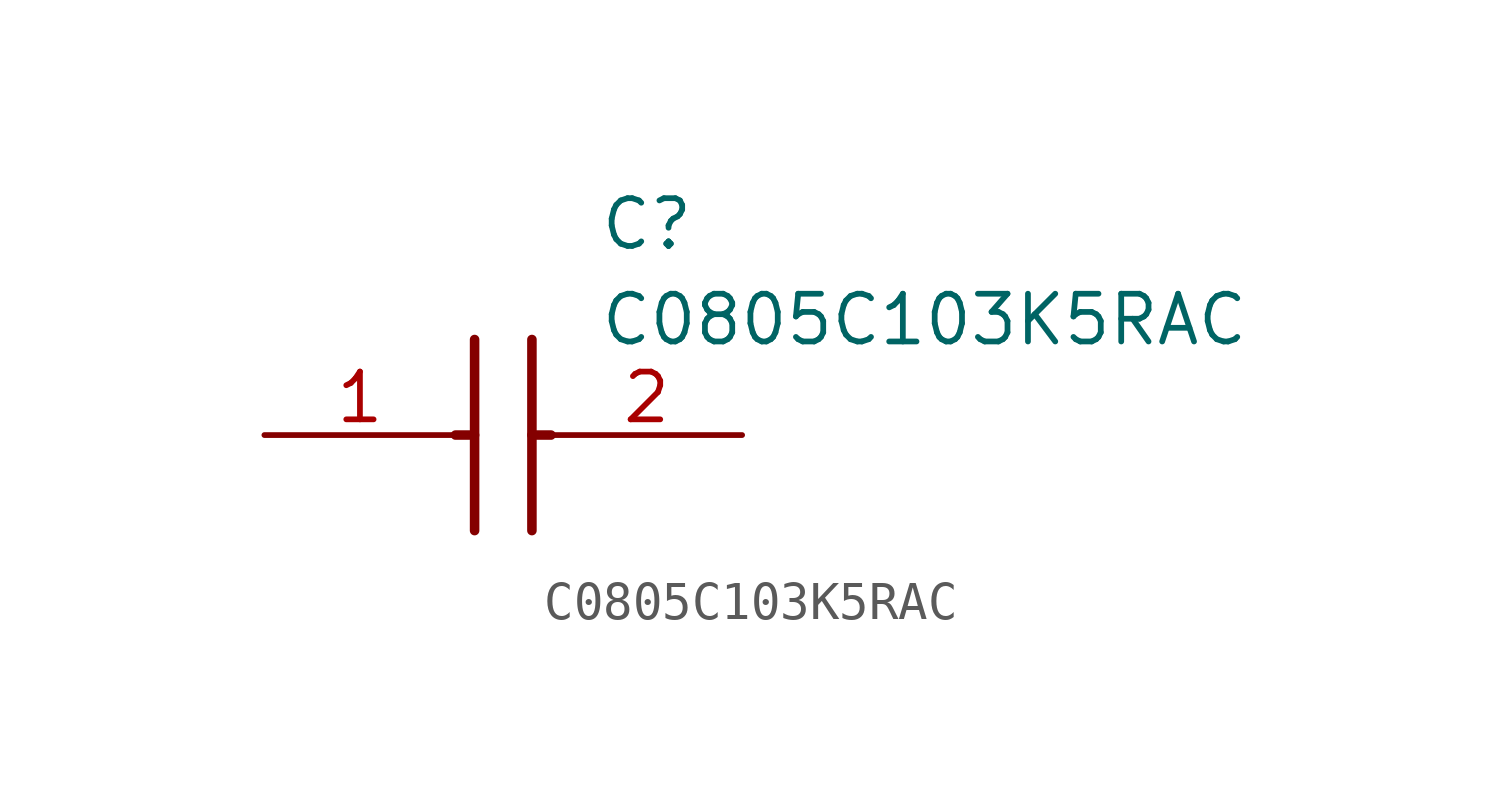
<source format=kicad_sym>
(kicad_symbol_lib
  (version 20211014)
  (generator SamacSys_ECAD_Model)
  (symbol "C0805C103K5RAC"
    (pin_names hide)
    (property "Reference" "C"
      (at 8.89 6.35 0)
      (effects (font (size 1.27 1.27)) (justify left top)))
    (property "Value" "C0805C103K5RAC"
      (at 8.89 3.81 0)
      (effects (font (size 1.27 1.27)) (justify left top)))
    (polyline
      (pts (xy 5.588 2.54) (xy 5.588 -2.54))
      (stroke (width 0.254) (type default))
      (fill (type none)))
    (polyline
      (pts (xy 7.112 2.54) (xy 7.112 -2.54))
      (stroke (width 0.254) (type default))
      (fill (type none)))
    (polyline
      (pts (xy 5.08 0) (xy 5.588 0))
      (stroke (width 0.254) (type default))
      (fill (type none)))
    (polyline
      (pts (xy 7.112 0) (xy 7.62 0))
      (stroke (width 0.254) (type default))
      (fill (type none)))
    (pin passive line
      (at 0 0 0)
      (length 5.08)
      (name "1" (effects (font (size 1.27 1.27))))
      (number "1" (effects (font (size 1.27 1.27)))))
    (pin passive line
      (at 12.7 0 180)
      (length 5.08)
      (name "2" (effects (font (size 1.27 1.27))))
      (number "2" (effects (font (size 1.27 1.27)))))))
</source>
